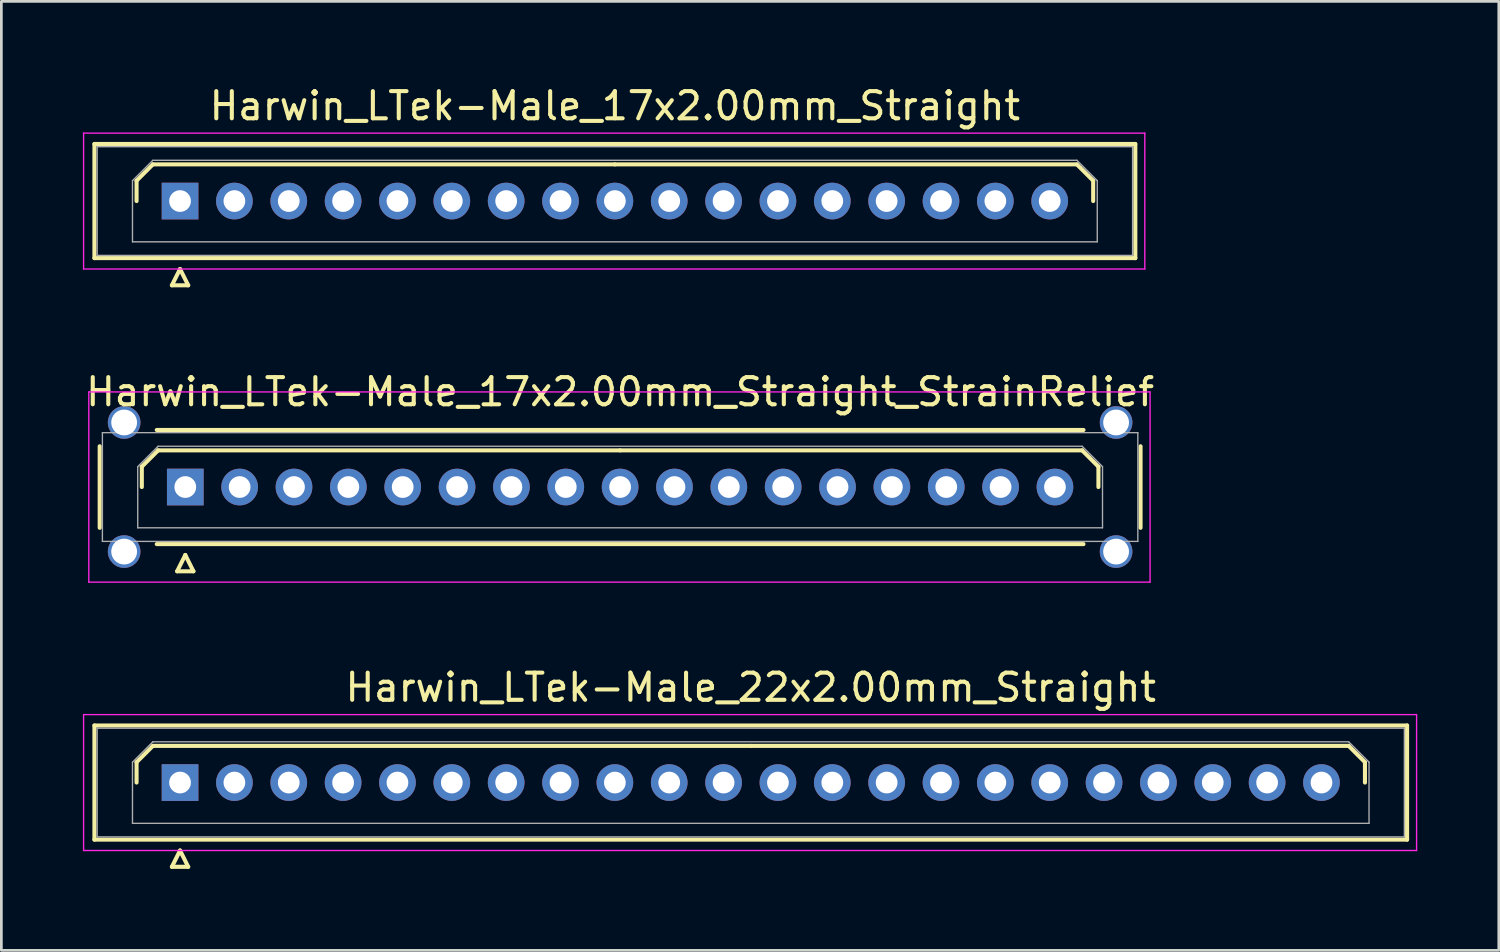
<source format=kicad_pcb>
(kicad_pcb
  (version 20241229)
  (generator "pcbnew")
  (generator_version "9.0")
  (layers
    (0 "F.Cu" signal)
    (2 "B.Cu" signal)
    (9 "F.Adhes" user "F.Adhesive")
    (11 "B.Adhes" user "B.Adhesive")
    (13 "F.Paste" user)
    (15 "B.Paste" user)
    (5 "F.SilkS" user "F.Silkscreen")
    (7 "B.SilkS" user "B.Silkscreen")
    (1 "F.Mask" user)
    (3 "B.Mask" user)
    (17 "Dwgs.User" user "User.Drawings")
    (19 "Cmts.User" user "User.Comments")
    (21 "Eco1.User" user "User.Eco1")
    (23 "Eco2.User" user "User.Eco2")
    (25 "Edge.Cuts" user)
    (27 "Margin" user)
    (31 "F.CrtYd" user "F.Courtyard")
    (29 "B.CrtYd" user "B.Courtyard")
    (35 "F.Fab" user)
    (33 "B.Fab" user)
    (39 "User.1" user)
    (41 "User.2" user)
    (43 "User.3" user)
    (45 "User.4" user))
  (footprint "Harwin_LTek-Male_17x2.00mm_Straight_StrainRelief"
    (layer "F.Cu")
    (at 3.768 14.871)
    (property "Reference" "Harwin_LTek-Male_17x2.00mm_Straight_StrainRelief" (at 16 -3.5 0) (layer "F.SilkS") (effects (font (size 1 1) (thickness 0.15))))
    (attr through_hole)
    (fp_line (start -3.15 -1.5) (end -3.15 1.5) (stroke (width 0.15) (type solid)) (layer "F.SilkS"))
    (fp_line (start -1.6 -0.75) (end -1 -1.35) (stroke (width 0.15) (type solid)) (layer "F.SilkS"))
    (fp_line (start -1.6 0) (end -1.6 -0.75) (stroke (width 0.15) (type solid)) (layer "F.SilkS"))
    (fp_line (start -1.05 -2.1) (end 33.05 -2.1) (stroke (width 0.15) (type solid)) (layer "F.SilkS"))
    (fp_line (start -1.05 2.1) (end 33.05 2.1) (stroke (width 0.15) (type solid)) (layer "F.SilkS"))
    (fp_line (start -1 -1.35) (end 16 -1.35) (stroke (width 0.15) (type solid)) (layer "F.SilkS"))
    (fp_line (start -0.3 3.1) (end 0.3 3.1) (stroke (width 0.15) (type solid)) (layer "F.SilkS"))
    (fp_line (start 0 2.5) (end -0.3 3.1) (stroke (width 0.15) (type solid)) (layer "F.SilkS"))
    (fp_line (start 0.3 3.1) (end 0 2.5) (stroke (width 0.15) (type solid)) (layer "F.SilkS"))
    (fp_line (start 33 -1.35) (end 16 -1.35) (stroke (width 0.15) (type solid)) (layer "F.SilkS"))
    (fp_line (start 33.6 -0.75) (end 33 -1.35) (stroke (width 0.15) (type solid)) (layer "F.SilkS"))
    (fp_line (start 33.6 0) (end 33.6 -0.75) (stroke (width 0.15) (type solid)) (layer "F.SilkS"))
    (fp_line (start 35.15 -1.5) (end 35.15 1.5) (stroke (width 0.15) (type solid)) (layer "F.SilkS"))
    (fp_line (start -3.55 -3.5) (end -3.55 3.5) (stroke (width 0.05) (type solid)) (layer "F.CrtYd"))
    (fp_line (start -3.55 3.5) (end 35.5 3.5) (stroke (width 0.05) (type solid)) (layer "F.CrtYd"))
    (fp_line (start 35.5 -3.5) (end -3.55 -3.5) (stroke (width 0.05) (type solid)) (layer "F.CrtYd"))
    (fp_line (start 35.5 3.5) (end 35.5 -3.5) (stroke (width 0.05) (type solid)) (layer "F.CrtYd"))
    (fp_line (start -3.05 -2) (end -3.05 2) (stroke (width 0.05) (type solid)) (layer "F.Fab"))
    (fp_line (start -3.05 2) (end 35.05 2) (stroke (width 0.05) (type solid)) (layer "F.Fab"))
    (fp_line (start -1.75 -0.75) (end -1 -1.5) (stroke (width 0.05) (type solid)) (layer "F.Fab"))
    (fp_line (start -1.75 1.5) (end -1.75 -0.75) (stroke (width 0.05) (type solid)) (layer "F.Fab"))
    (fp_line (start -1 -1.5) (end 33 -1.5) (stroke (width 0.05) (type solid)) (layer "F.Fab"))
    (fp_line (start 33 -1.5) (end 33.75 -0.75) (stroke (width 0.05) (type solid)) (layer "F.Fab"))
    (fp_line (start 33.75 -0.75) (end 33.75 1.5) (stroke (width 0.05) (type solid)) (layer "F.Fab"))
    (fp_line (start 33.75 1.5) (end -1.75 1.5) (stroke (width 0.05) (type solid)) (layer "F.Fab"))
    (fp_line (start 35.05 -2) (end -3.05 -2) (stroke (width 0.05) (type solid)) (layer "F.Fab"))
    (fp_line (start 35.05 2) (end 35.05 -2) (stroke (width 0.05) (type solid)) (layer "F.Fab"))
    (pad "" thru_hole circle (at -2.25 -2.375) (size 1.2 1.2) (drill 0.95) (layers "*.Cu" "*.Mask"))
    (pad "" thru_hole circle (at -2.25 2.375) (size 1.2 1.2) (drill 0.95) (layers "*.Cu" "*.Mask"))
    (pad "" thru_hole circle (at 34.25 -2.375) (size 1.2 1.2) (drill 0.95) (layers "*.Cu" "*.Mask"))
    (pad "" thru_hole circle (at 34.25 2.375) (size 1.2 1.2) (drill 0.95) (layers "*.Cu" "*.Mask"))
    (pad "1" thru_hole rect (at 0 0) (size 1.35 1.35) (drill 0.8) (layers "*.Cu" "*.Mask"))
    (pad "2" thru_hole circle (at 2 0) (size 1.35 1.35) (drill 0.8) (layers "*.Cu" "*.Mask"))
    (pad "3" thru_hole circle (at 4 0) (size 1.35 1.35) (drill 0.8) (layers "*.Cu" "*.Mask"))
    (pad "4" thru_hole circle (at 6 0) (size 1.35 1.35) (drill 0.8) (layers "*.Cu" "*.Mask"))
    (pad "5" thru_hole circle (at 8 0) (size 1.35 1.35) (drill 0.8) (layers "*.Cu" "*.Mask"))
    (pad "6" thru_hole circle (at 10 0) (size 1.35 1.35) (drill 0.8) (layers "*.Cu" "*.Mask"))
    (pad "7" thru_hole circle (at 12 0) (size 1.35 1.35) (drill 0.8) (layers "*.Cu" "*.Mask"))
    (pad "8" thru_hole circle (at 14 0) (size 1.35 1.35) (drill 0.8) (layers "*.Cu" "*.Mask"))
    (pad "9" thru_hole circle (at 16 0) (size 1.35 1.35) (drill 0.8) (layers "*.Cu" "*.Mask"))
    (pad "10" thru_hole circle (at 18 0) (size 1.35 1.35) (drill 0.8) (layers "*.Cu" "*.Mask"))
    (pad "11" thru_hole circle (at 20 0) (size 1.35 1.35) (drill 0.8) (layers "*.Cu" "*.Mask"))
    (pad "12" thru_hole circle (at 22 0) (size 1.35 1.35) (drill 0.8) (layers "*.Cu" "*.Mask"))
    (pad "13" thru_hole circle (at 24 0) (size 1.35 1.35) (drill 0.8) (layers "*.Cu" "*.Mask"))
    (pad "14" thru_hole circle (at 26 0) (size 1.35 1.35) (drill 0.8) (layers "*.Cu" "*.Mask"))
    (pad "15" thru_hole circle (at 28 0) (size 1.35 1.35) (drill 0.8) (layers "*.Cu" "*.Mask"))
    (pad "16" thru_hole circle (at 30 0) (size 1.35 1.35) (drill 0.8) (layers "*.Cu" "*.Mask"))
    (pad "17" thru_hole circle (at 32 0) (size 1.35 1.35) (drill 0.8) (layers "*.Cu" "*.Mask")))
  (footprint "Harwin_LTek-Male_22x2.00mm_Straight"
    (layer "F.Cu")
    (at 3.575 25.745)
    (property "Reference" "Harwin_LTek-Male_22x2.00mm_Straight" (at 21 -3.5 0) (layer "F.SilkS") (effects (font (size 1 1) (thickness 0.15))))
    (attr through_hole)
    (fp_line (start -3.15 -2.1) (end -3.15 2.1) (stroke (width 0.15) (type solid)) (layer "F.SilkS"))
    (fp_line (start -3.15 2.1) (end 45.15 2.1) (stroke (width 0.15) (type solid)) (layer "F.SilkS"))
    (fp_line (start -1.6 -0.75) (end -1 -1.35) (stroke (width 0.15) (type solid)) (layer "F.SilkS"))
    (fp_line (start -1.6 0) (end -1.6 -0.75) (stroke (width 0.15) (type solid)) (layer "F.SilkS"))
    (fp_line (start -1 -1.35) (end 21 -1.35) (stroke (width 0.15) (type solid)) (layer "F.SilkS"))
    (fp_line (start -0.3 3.1) (end 0.3 3.1) (stroke (width 0.15) (type solid)) (layer "F.SilkS"))
    (fp_line (start 0 2.5) (end -0.3 3.1) (stroke (width 0.15) (type solid)) (layer "F.SilkS"))
    (fp_line (start 0.3 3.1) (end 0 2.5) (stroke (width 0.15) (type solid)) (layer "F.SilkS"))
    (fp_line (start 43 -1.35) (end 21 -1.35) (stroke (width 0.15) (type solid)) (layer "F.SilkS"))
    (fp_line (start 43.6 -0.75) (end 43 -1.35) (stroke (width 0.15) (type solid)) (layer "F.SilkS"))
    (fp_line (start 43.6 0) (end 43.6 -0.75) (stroke (width 0.15) (type solid)) (layer "F.SilkS"))
    (fp_line (start 45.15 -2.1) (end -3.15 -2.1) (stroke (width 0.15) (type solid)) (layer "F.SilkS"))
    (fp_line (start 45.15 2.1) (end 45.15 -2.1) (stroke (width 0.15) (type solid)) (layer "F.SilkS"))
    (fp_line (start -3.55 -2.5) (end -3.55 2.5) (stroke (width 0.05) (type solid)) (layer "F.CrtYd"))
    (fp_line (start -3.55 2.5) (end 45.5 2.5) (stroke (width 0.05) (type solid)) (layer "F.CrtYd"))
    (fp_line (start 45.5 -2.5) (end -3.55 -2.5) (stroke (width 0.05) (type solid)) (layer "F.CrtYd"))
    (fp_line (start 45.5 2.5) (end 45.5 -2.5) (stroke (width 0.05) (type solid)) (layer "F.CrtYd"))
    (fp_line (start -3.05 -2) (end -3.05 2) (stroke (width 0.05) (type solid)) (layer "F.Fab"))
    (fp_line (start -3.05 2) (end 45.05 2) (stroke (width 0.05) (type solid)) (layer "F.Fab"))
    (fp_line (start -1.75 -0.75) (end -1 -1.5) (stroke (width 0.05) (type solid)) (layer "F.Fab"))
    (fp_line (start -1.75 1.5) (end -1.75 -0.75) (stroke (width 0.05) (type solid)) (layer "F.Fab"))
    (fp_line (start -1 -1.5) (end 43 -1.5) (stroke (width 0.05) (type solid)) (layer "F.Fab"))
    (fp_line (start 43 -1.5) (end 43.75 -0.75) (stroke (width 0.05) (type solid)) (layer "F.Fab"))
    (fp_line (start 43.75 -0.75) (end 43.75 1.5) (stroke (width 0.05) (type solid)) (layer "F.Fab"))
    (fp_line (start 43.75 1.5) (end -1.75 1.5) (stroke (width 0.05) (type solid)) (layer "F.Fab"))
    (fp_line (start 45.05 -2) (end -3.05 -2) (stroke (width 0.05) (type solid)) (layer "F.Fab"))
    (fp_line (start 45.05 2) (end 45.05 -2) (stroke (width 0.05) (type solid)) (layer "F.Fab"))
    (pad "1" thru_hole rect (at 0 0) (size 1.35 1.35) (drill 0.8) (layers "*.Cu" "*.Mask"))
    (pad "2" thru_hole circle (at 2 0) (size 1.35 1.35) (drill 0.8) (layers "*.Cu" "*.Mask"))
    (pad "3" thru_hole circle (at 4 0) (size 1.35 1.35) (drill 0.8) (layers "*.Cu" "*.Mask"))
    (pad "4" thru_hole circle (at 6 0) (size 1.35 1.35) (drill 0.8) (layers "*.Cu" "*.Mask"))
    (pad "5" thru_hole circle (at 8 0) (size 1.35 1.35) (drill 0.8) (layers "*.Cu" "*.Mask"))
    (pad "6" thru_hole circle (at 10 0) (size 1.35 1.35) (drill 0.8) (layers "*.Cu" "*.Mask"))
    (pad "7" thru_hole circle (at 12 0) (size 1.35 1.35) (drill 0.8) (layers "*.Cu" "*.Mask"))
    (pad "8" thru_hole circle (at 14 0) (size 1.35 1.35) (drill 0.8) (layers "*.Cu" "*.Mask"))
    (pad "9" thru_hole circle (at 16 0) (size 1.35 1.35) (drill 0.8) (layers "*.Cu" "*.Mask"))
    (pad "10" thru_hole circle (at 18 0) (size 1.35 1.35) (drill 0.8) (layers "*.Cu" "*.Mask"))
    (pad "11" thru_hole circle (at 20 0) (size 1.35 1.35) (drill 0.8) (layers "*.Cu" "*.Mask"))
    (pad "12" thru_hole circle (at 22 0) (size 1.35 1.35) (drill 0.8) (layers "*.Cu" "*.Mask"))
    (pad "13" thru_hole circle (at 24 0) (size 1.35 1.35) (drill 0.8) (layers "*.Cu" "*.Mask"))
    (pad "14" thru_hole circle (at 26 0) (size 1.35 1.35) (drill 0.8) (layers "*.Cu" "*.Mask"))
    (pad "15" thru_hole circle (at 28 0) (size 1.35 1.35) (drill 0.8) (layers "*.Cu" "*.Mask"))
    (pad "16" thru_hole circle (at 30 0) (size 1.35 1.35) (drill 0.8) (layers "*.Cu" "*.Mask"))
    (pad "17" thru_hole circle (at 32 0) (size 1.35 1.35) (drill 0.8) (layers "*.Cu" "*.Mask"))
    (pad "18" thru_hole circle (at 34 0) (size 1.35 1.35) (drill 0.8) (layers "*.Cu" "*.Mask"))
    (pad "19" thru_hole circle (at 36 0) (size 1.35 1.35) (drill 0.8) (layers "*.Cu" "*.Mask"))
    (pad "20" thru_hole circle (at 38 0) (size 1.35 1.35) (drill 0.8) (layers "*.Cu" "*.Mask"))
    (pad "21" thru_hole circle (at 40 0) (size 1.35 1.35) (drill 0.8) (layers "*.Cu" "*.Mask"))
    (pad "22" thru_hole circle (at 42 0) (size 1.35 1.35) (drill 0.8) (layers "*.Cu" "*.Mask")))
  (footprint "Harwin_LTek-Male_17x2.00mm_Straight"
    (layer "F.Cu")
    (at 3.575 4.348)
    (property "Reference" "Harwin_LTek-Male_17x2.00mm_Straight" (at 16 -3.5 0) (layer "F.SilkS") (effects (font (size 1 1) (thickness 0.15))))
    (attr through_hole)
    (fp_line (start -3.15 -2.1) (end -3.15 2.1) (stroke (width 0.15) (type solid)) (layer "F.SilkS"))
    (fp_line (start -3.15 2.1) (end 35.15 2.1) (stroke (width 0.15) (type solid)) (layer "F.SilkS"))
    (fp_line (start -1.6 -0.75) (end -1 -1.35) (stroke (width 0.15) (type solid)) (layer "F.SilkS"))
    (fp_line (start -1.6 0) (end -1.6 -0.75) (stroke (width 0.15) (type solid)) (layer "F.SilkS"))
    (fp_line (start -1 -1.35) (end 16 -1.35) (stroke (width 0.15) (type solid)) (layer "F.SilkS"))
    (fp_line (start -0.3 3.1) (end 0.3 3.1) (stroke (width 0.15) (type solid)) (layer "F.SilkS"))
    (fp_line (start 0 2.5) (end -0.3 3.1) (stroke (width 0.15) (type solid)) (layer "F.SilkS"))
    (fp_line (start 0.3 3.1) (end 0 2.5) (stroke (width 0.15) (type solid)) (layer "F.SilkS"))
    (fp_line (start 33 -1.35) (end 16 -1.35) (stroke (width 0.15) (type solid)) (layer "F.SilkS"))
    (fp_line (start 33.6 -0.75) (end 33 -1.35) (stroke (width 0.15) (type solid)) (layer "F.SilkS"))
    (fp_line (start 33.6 0) (end 33.6 -0.75) (stroke (width 0.15) (type solid)) (layer "F.SilkS"))
    (fp_line (start 35.15 -2.1) (end -3.15 -2.1) (stroke (width 0.15) (type solid)) (layer "F.SilkS"))
    (fp_line (start 35.15 2.1) (end 35.15 -2.1) (stroke (width 0.15) (type solid)) (layer "F.SilkS"))
    (fp_line (start -3.55 -2.5) (end -3.55 2.5) (stroke (width 0.05) (type solid)) (layer "F.CrtYd"))
    (fp_line (start -3.55 2.5) (end 35.5 2.5) (stroke (width 0.05) (type solid)) (layer "F.CrtYd"))
    (fp_line (start 35.5 -2.5) (end -3.55 -2.5) (stroke (width 0.05) (type solid)) (layer "F.CrtYd"))
    (fp_line (start 35.5 2.5) (end 35.5 -2.5) (stroke (width 0.05) (type solid)) (layer "F.CrtYd"))
    (fp_line (start -3.05 -2) (end -3.05 2) (stroke (width 0.05) (type solid)) (layer "F.Fab"))
    (fp_line (start -3.05 2) (end 35.05 2) (stroke (width 0.05) (type solid)) (layer "F.Fab"))
    (fp_line (start -1.75 -0.75) (end -1 -1.5) (stroke (width 0.05) (type solid)) (layer "F.Fab"))
    (fp_line (start -1.75 1.5) (end -1.75 -0.75) (stroke (width 0.05) (type solid)) (layer "F.Fab"))
    (fp_line (start -1 -1.5) (end 33 -1.5) (stroke (width 0.05) (type solid)) (layer "F.Fab"))
    (fp_line (start 33 -1.5) (end 33.75 -0.75) (stroke (width 0.05) (type solid)) (layer "F.Fab"))
    (fp_line (start 33.75 -0.75) (end 33.75 1.5) (stroke (width 0.05) (type solid)) (layer "F.Fab"))
    (fp_line (start 33.75 1.5) (end -1.75 1.5) (stroke (width 0.05) (type solid)) (layer "F.Fab"))
    (fp_line (start 35.05 -2) (end -3.05 -2) (stroke (width 0.05) (type solid)) (layer "F.Fab"))
    (fp_line (start 35.05 2) (end 35.05 -2) (stroke (width 0.05) (type solid)) (layer "F.Fab"))
    (pad "1" thru_hole rect (at 0 0) (size 1.35 1.35) (drill 0.8) (layers "*.Cu" "*.Mask"))
    (pad "2" thru_hole circle (at 2 0) (size 1.35 1.35) (drill 0.8) (layers "*.Cu" "*.Mask"))
    (pad "3" thru_hole circle (at 4 0) (size 1.35 1.35) (drill 0.8) (layers "*.Cu" "*.Mask"))
    (pad "4" thru_hole circle (at 6 0) (size 1.35 1.35) (drill 0.8) (layers "*.Cu" "*.Mask"))
    (pad "5" thru_hole circle (at 8 0) (size 1.35 1.35) (drill 0.8) (layers "*.Cu" "*.Mask"))
    (pad "6" thru_hole circle (at 10 0) (size 1.35 1.35) (drill 0.8) (layers "*.Cu" "*.Mask"))
    (pad "7" thru_hole circle (at 12 0) (size 1.35 1.35) (drill 0.8) (layers "*.Cu" "*.Mask"))
    (pad "8" thru_hole circle (at 14 0) (size 1.35 1.35) (drill 0.8) (layers "*.Cu" "*.Mask"))
    (pad "9" thru_hole circle (at 16 0) (size 1.35 1.35) (drill 0.8) (layers "*.Cu" "*.Mask"))
    (pad "10" thru_hole circle (at 18 0) (size 1.35 1.35) (drill 0.8) (layers "*.Cu" "*.Mask"))
    (pad "11" thru_hole circle (at 20 0) (size 1.35 1.35) (drill 0.8) (layers "*.Cu" "*.Mask"))
    (pad "12" thru_hole circle (at 22 0) (size 1.35 1.35) (drill 0.8) (layers "*.Cu" "*.Mask"))
    (pad "13" thru_hole circle (at 24 0) (size 1.35 1.35) (drill 0.8) (layers "*.Cu" "*.Mask"))
    (pad "14" thru_hole circle (at 26 0) (size 1.35 1.35) (drill 0.8) (layers "*.Cu" "*.Mask"))
    (pad "15" thru_hole circle (at 28 0) (size 1.35 1.35) (drill 0.8) (layers "*.Cu" "*.Mask"))
    (pad "16" thru_hole circle (at 30 0) (size 1.35 1.35) (drill 0.8) (layers "*.Cu" "*.Mask"))
    (pad "17" thru_hole circle (at 32 0) (size 1.35 1.35) (drill 0.8) (layers "*.Cu" "*.Mask")))
  (gr_rect
    (start -3 -3)
    (end 52.1 31.92)
    (stroke (width 0.1) (type default))
    (fill no)
    (layer "Edge.Cuts")))
</source>
